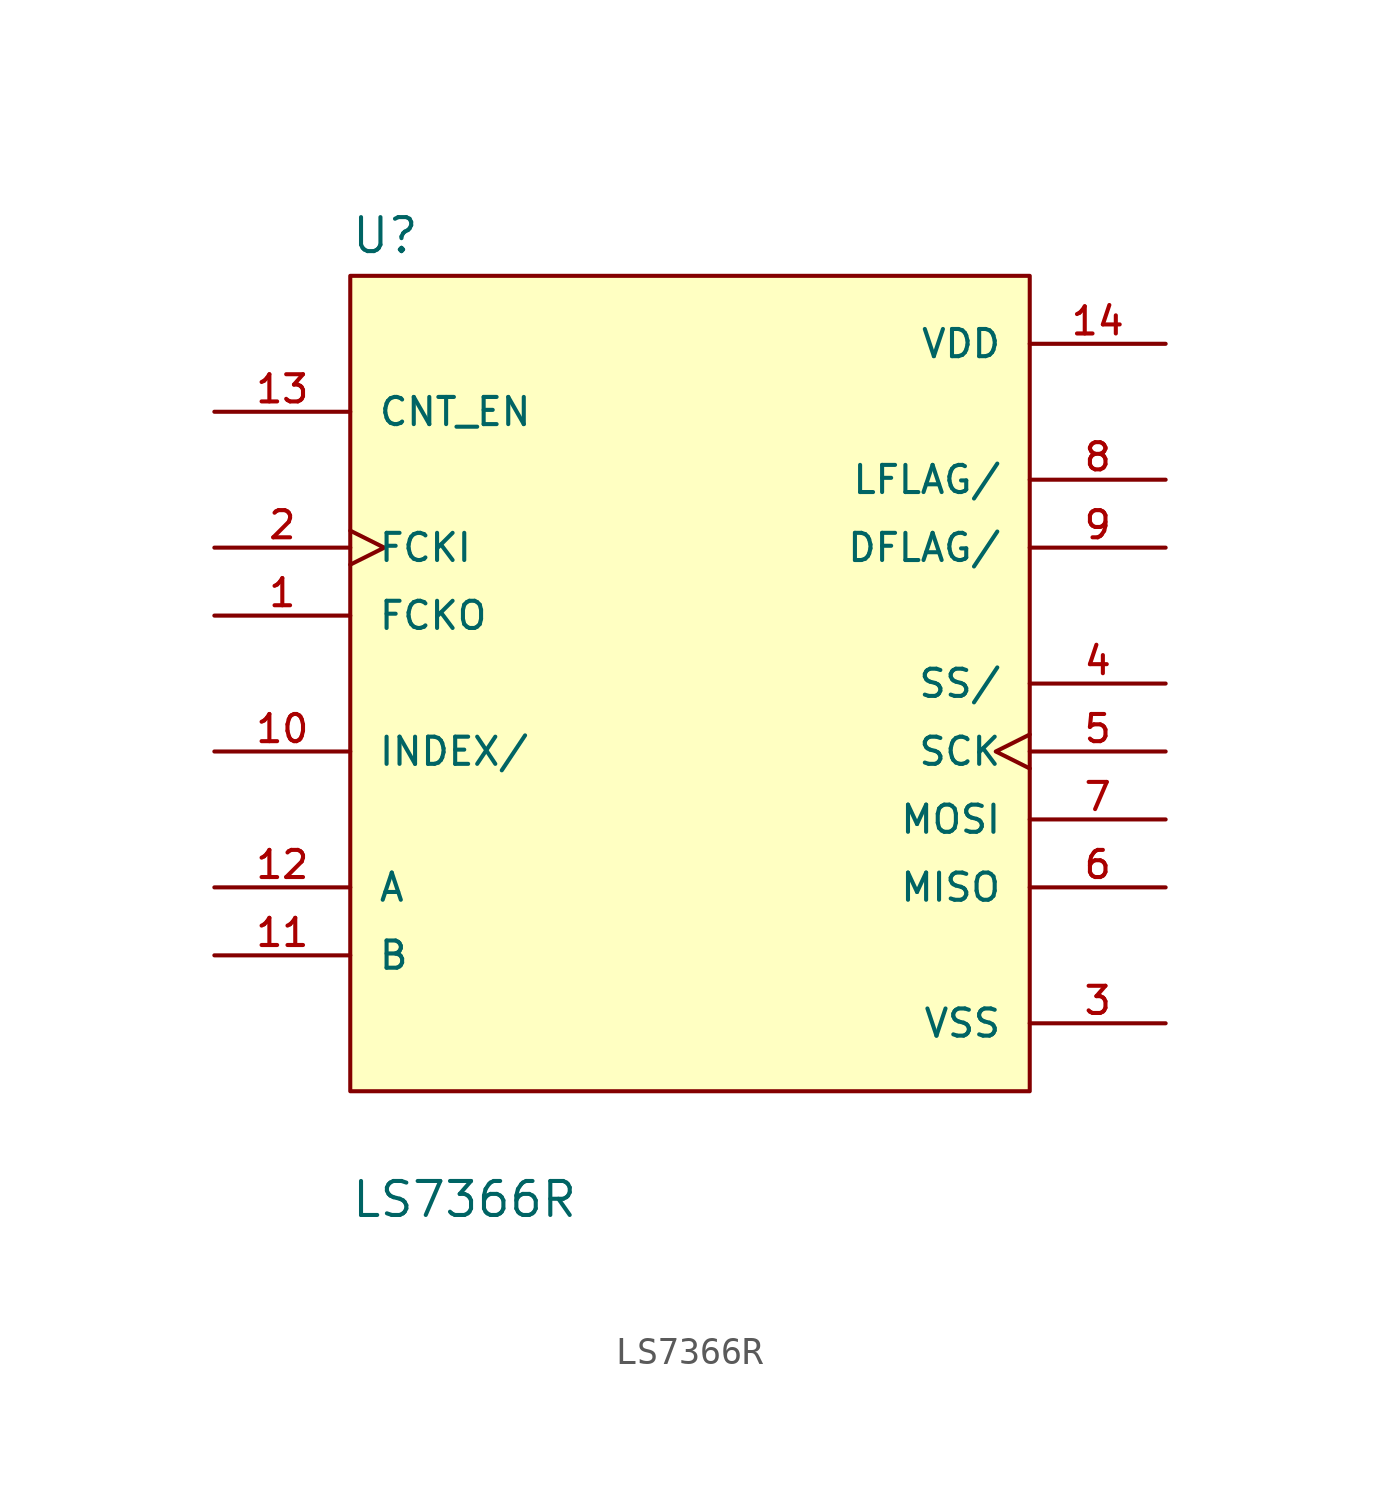
<source format=kicad_sym>
(kicad_symbol_lib
  (version 20211014)
  (generator kicad_symbol_editor)
  (symbol "LS7366R"
    (pin_names
      (offset 1.016))
    (property "Reference" "U"
      (at -12.7 16.002 0)
      (effects (font (size 1.27 1.27)) (justify bottom left)))
    (property "Value" "LS7366R"
      (at -12.7 -18.542 0)
      (effects (font (size 1.27 1.27)) (justify top left)))
    (symbol "LS7366R_0_0"
      (rectangle (start -12.7 -15.24) (end 12.7 15.24) (stroke (width 0.152)) (fill (type background)))
      (pin power_in line (at 17.78 12.7 180.0) (length 5.08) (name "VDD" (effects (font (size 1.016 1.016)))) (number "14" (effects (font (size 1.016 1.016)))))
      (pin power_in line (at 17.78 -12.7 180.0) (length 5.08) (name "VSS" (effects (font (size 1.016 1.016)))) (number "3" (effects (font (size 1.016 1.016)))))
      (pin output line (at -17.78 2.54 0) (length 5.08) (name "FCKO" (effects (font (size 1.016 1.016)))) (number "1" (effects (font (size 1.016 1.016)))))
      (pin input clock (at -17.78 5.08 0) (length 5.08) (name "FCKI" (effects (font (size 1.016 1.016)))) (number "2" (effects (font (size 1.016 1.016)))))
      (pin input line (at 17.78 0.0 180.0) (length 5.08) (name "SS/" (effects (font (size 1.016 1.016)))) (number "4" (effects (font (size 1.016 1.016)))))
      (pin input clock (at 17.78 -2.54 180.0) (length 5.08) (name "SCK" (effects (font (size 1.016 1.016)))) (number "5" (effects (font (size 1.016 1.016)))))
      (pin output line (at 17.78 -7.62 180.0) (length 5.08) (name "MISO" (effects (font (size 1.016 1.016)))) (number "6" (effects (font (size 1.016 1.016)))))
      (pin input line (at 17.78 -5.08 180.0) (length 5.08) (name "MOSI" (effects (font (size 1.016 1.016)))) (number "7" (effects (font (size 1.016 1.016)))))
      (pin output line (at 17.78 7.62 180.0) (length 5.08) (name "LFLAG/" (effects (font (size 1.016 1.016)))) (number "8" (effects (font (size 1.016 1.016)))))
      (pin output line (at 17.78 5.08 180.0) (length 5.08) (name "DFLAG/" (effects (font (size 1.016 1.016)))) (number "9" (effects (font (size 1.016 1.016)))))
      (pin input line (at -17.78 -7.62 0) (length 5.08) (name "A" (effects (font (size 1.016 1.016)))) (number "12" (effects (font (size 1.016 1.016)))))
      (pin input line (at -17.78 -10.16 0) (length 5.08) (name "B" (effects (font (size 1.016 1.016)))) (number "11" (effects (font (size 1.016 1.016)))))
      (pin input line (at -17.78 10.16 0) (length 5.08) (name "CNT_EN" (effects (font (size 1.016 1.016)))) (number "13" (effects (font (size 1.016 1.016)))))
      (pin input line (at -17.78 -2.54 0) (length 5.08) (name "INDEX/" (effects (font (size 1.016 1.016)))) (number "10" (effects (font (size 1.016 1.016))))))))
</source>
